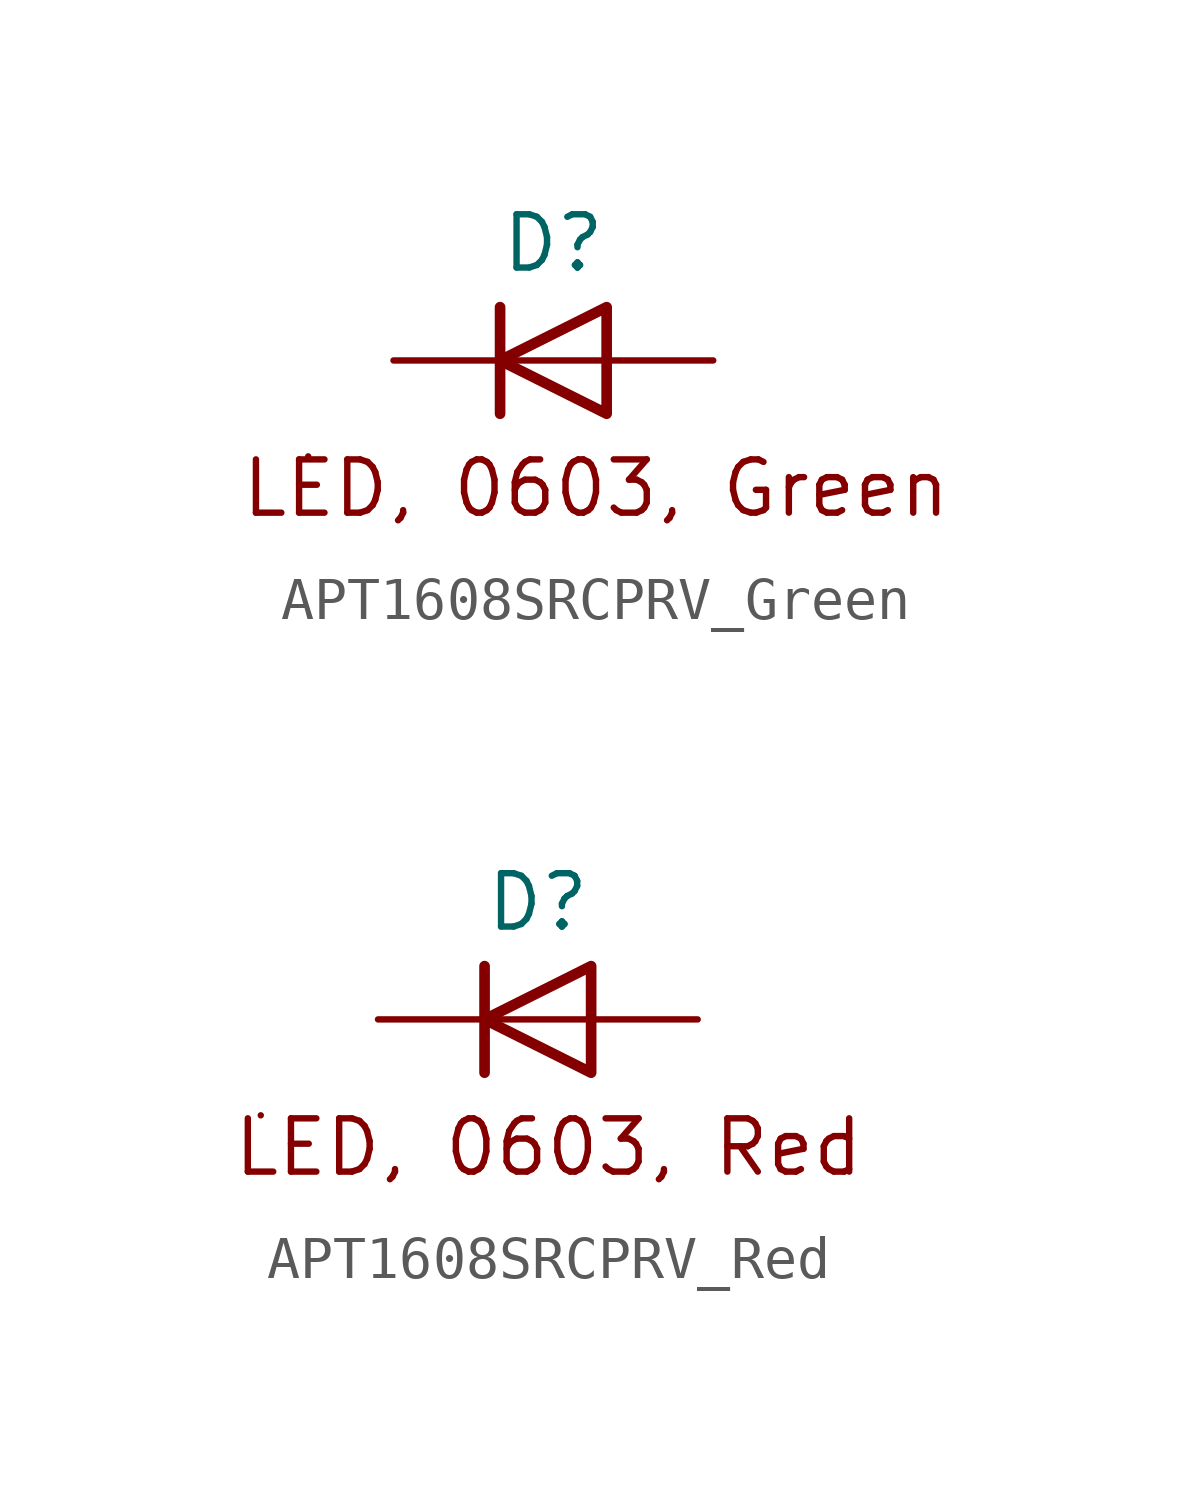
<source format=kicad_sym>
(kicad_symbol_lib
  (version 20231120)
  (generator "kicad_symbol_editor")
  (generator_version "8.0")
  (symbol "APT1608SRCPRV_Green"
    (pin_numbers hide)
    (property "Reference" "D"
      (at 0 2.794 0)
      (effects (font (size 1.27 1.27))))
    (symbol "APT1608SRCPRV_Green_0_1"
      (polyline (pts (xy -5.842 -2.286) (xy -5.842 -2.286)) (stroke (width 0) (type default)) (fill (type none)))
      (polyline (pts (xy -1.27 1.27) (xy -1.27 -1.27)) (stroke (width 0.254) (type default)) (fill (type none)))
      (polyline (pts (xy 1.27 0) (xy -1.27 0)) (stroke (width 0) (type default)) (fill (type none)))
      (polyline (pts (xy 1.27 1.27) (xy 1.27 -1.27) (xy -1.27 0) (xy 1.27 1.27)) (stroke (width 0.254) (type default)) (fill (type none))))
    (symbol "APT1608SRCPRV_Green_1_1"
      (text "LED, 0603, Green\n" (at 1.016 -3.048 0) (effects (font (size 1.27 1.27))))
      (pin passive line (at -3.81 0 0) (length 2.54) (name "" (effects (font (size 1.27 1.27)))) (number "1" (effects (font (size 1.27 1.27)))))
      (pin passive line (at 3.81 0 180) (length 2.54) (name "" (effects (font (size 1.27 1.27)))) (number "2" (effects (font (size 1.27 1.27)))))))
  (symbol "APT1608SRCPRV_Red"
    (pin_numbers hide)
    (property "Reference" "D"
      (at 0 2.794 0)
      (effects (font (size 1.27 1.27))))
    (symbol "APT1608SRCPRV_Red_0_1"
      (polyline (pts (xy -6.604 -2.286) (xy -6.604 -2.286)) (stroke (width 0) (type default)) (fill (type none)))
      (polyline (pts (xy -1.27 1.27) (xy -1.27 -1.27)) (stroke (width 0.254) (type default)) (fill (type none)))
      (polyline (pts (xy 1.27 0) (xy -1.27 0)) (stroke (width 0) (type default)) (fill (type none)))
      (polyline (pts (xy 1.27 1.27) (xy 1.27 -1.27) (xy -1.27 0) (xy 1.27 1.27)) (stroke (width 0.254) (type default)) (fill (type none))))
    (symbol "APT1608SRCPRV_Red_1_1"
      (text "LED, 0603, Red" (at 0.254 -3.048 0) (effects (font (size 1.27 1.27))))
      (pin passive line (at -3.81 0 0) (length 2.54) (name "" (effects (font (size 1.27 1.27)))) (number "1" (effects (font (size 1.27 1.27)))))
      (pin passive line (at 3.81 0 180) (length 2.54) (name "" (effects (font (size 1.27 1.27)))) (number "2" (effects (font (size 1.27 1.27))))))))
</source>
